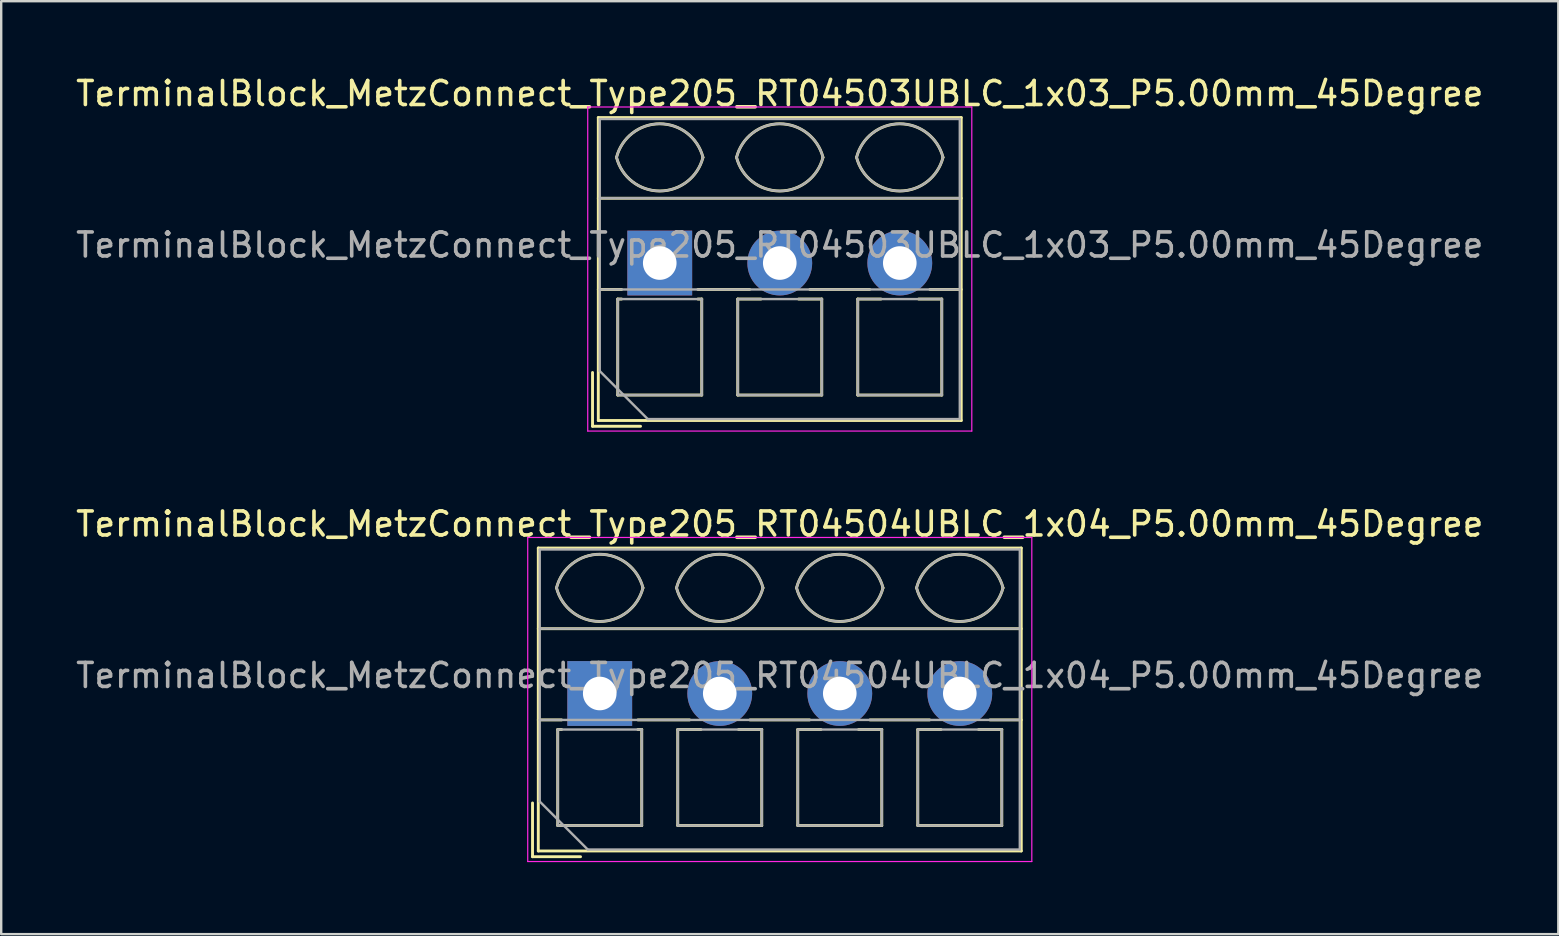
<source format=kicad_pcb>
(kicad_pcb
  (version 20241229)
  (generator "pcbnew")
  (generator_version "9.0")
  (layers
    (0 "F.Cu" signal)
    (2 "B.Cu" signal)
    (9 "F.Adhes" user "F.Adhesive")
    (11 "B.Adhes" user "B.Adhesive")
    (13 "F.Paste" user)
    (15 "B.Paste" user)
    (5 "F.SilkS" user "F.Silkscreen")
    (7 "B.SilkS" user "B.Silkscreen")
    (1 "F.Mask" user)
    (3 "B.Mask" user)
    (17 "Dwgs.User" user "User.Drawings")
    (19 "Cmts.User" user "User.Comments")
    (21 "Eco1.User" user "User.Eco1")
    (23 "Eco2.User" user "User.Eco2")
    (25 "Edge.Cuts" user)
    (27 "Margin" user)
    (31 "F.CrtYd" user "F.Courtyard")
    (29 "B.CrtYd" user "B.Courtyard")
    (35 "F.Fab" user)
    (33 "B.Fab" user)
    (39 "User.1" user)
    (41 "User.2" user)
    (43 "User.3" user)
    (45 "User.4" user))
  (footprint "TerminalBlock_MetzConnect_Type205_RT04504UBLC_1x04_P5.00mm_45Degree"
    (layer "F.Cu")
    (at 21.935 25.841)
    (property "Reference" "TerminalBlock_MetzConnect_Type205_RT04504UBLC_1x04_P5.00mm_45Degree" (at 7.5 -7.06 0) (layer "F.SilkS") (effects (font (size 1 1) (thickness 0.15))))
    (attr through_hole)
    (fp_line (start -2.8 4.56) (end -2.8 6.8) (stroke (width 0.12) (type solid)) (layer "F.SilkS"))
    (fp_line (start -2.8 6.8) (end -0.8 6.8) (stroke (width 0.12) (type solid)) (layer "F.SilkS"))
    (fp_line (start -2.56 -6.06) (end -2.56 6.56) (stroke (width 0.12) (type solid)) (layer "F.SilkS"))
    (fp_line (start -2.56 -6.06) (end 17.561 -6.06) (stroke (width 0.12) (type solid)) (layer "F.SilkS"))
    (fp_line (start -2.56 -2.7) (end 17.561 -2.7) (stroke (width 0.12) (type solid)) (layer "F.SilkS"))
    (fp_line (start -2.56 1.1) (end -1.59 1.1) (stroke (width 0.12) (type solid)) (layer "F.SilkS"))
    (fp_line (start -2.56 6.56) (end 17.561 6.56) (stroke (width 0.12) (type solid)) (layer "F.SilkS"))
    (fp_line (start -1.75 1.5) (end -1.75 5.5) (stroke (width 0.12) (type solid)) (layer "F.SilkS"))
    (fp_line (start -1.75 1.5) (end -1.59 1.5) (stroke (width 0.12) (type solid)) (layer "F.SilkS"))
    (fp_line (start -1.75 5.5) (end 1.75 5.5) (stroke (width 0.12) (type solid)) (layer "F.SilkS"))
    (fp_line (start 1.59 1.1) (end 3.744 1.1) (stroke (width 0.12) (type solid)) (layer "F.SilkS"))
    (fp_line (start 1.59 1.5) (end 1.75 1.5) (stroke (width 0.12) (type solid)) (layer "F.SilkS"))
    (fp_line (start 1.75 1.5) (end 1.75 5.5) (stroke (width 0.12) (type solid)) (layer "F.SilkS"))
    (fp_line (start 3.25 1.5) (end 3.25 5.5) (stroke (width 0.12) (type solid)) (layer "F.SilkS"))
    (fp_line (start 3.25 1.5) (end 4.216 1.5) (stroke (width 0.12) (type solid)) (layer "F.SilkS"))
    (fp_line (start 3.25 5.5) (end 6.75 5.5) (stroke (width 0.12) (type solid)) (layer "F.SilkS"))
    (fp_line (start 5.785 1.5) (end 6.75 1.5) (stroke (width 0.12) (type solid)) (layer "F.SilkS"))
    (fp_line (start 6.257 1.1) (end 8.744 1.1) (stroke (width 0.12) (type solid)) (layer "F.SilkS"))
    (fp_line (start 6.75 1.5) (end 6.75 5.5) (stroke (width 0.12) (type solid)) (layer "F.SilkS"))
    (fp_line (start 8.25 1.5) (end 8.25 5.5) (stroke (width 0.12) (type solid)) (layer "F.SilkS"))
    (fp_line (start 8.25 1.5) (end 9.216 1.5) (stroke (width 0.12) (type solid)) (layer "F.SilkS"))
    (fp_line (start 8.25 5.5) (end 11.75 5.5) (stroke (width 0.12) (type solid)) (layer "F.SilkS"))
    (fp_line (start 10.785 1.5) (end 11.75 1.5) (stroke (width 0.12) (type solid)) (layer "F.SilkS"))
    (fp_line (start 11.257 1.1) (end 13.744 1.1) (stroke (width 0.12) (type solid)) (layer "F.SilkS"))
    (fp_line (start 11.75 1.5) (end 11.75 5.5) (stroke (width 0.12) (type solid)) (layer "F.SilkS"))
    (fp_line (start 13.25 1.5) (end 13.25 5.5) (stroke (width 0.12) (type solid)) (layer "F.SilkS"))
    (fp_line (start 13.25 1.5) (end 14.216 1.5) (stroke (width 0.12) (type solid)) (layer "F.SilkS"))
    (fp_line (start 13.25 5.5) (end 16.75 5.5) (stroke (width 0.12) (type solid)) (layer "F.SilkS"))
    (fp_line (start 15.785 1.5) (end 16.75 1.5) (stroke (width 0.12) (type solid)) (layer "F.SilkS"))
    (fp_line (start 16.257 1.1) (end 17.561 1.1) (stroke (width 0.12) (type solid)) (layer "F.SilkS"))
    (fp_line (start 16.75 1.5) (end 16.75 5.5) (stroke (width 0.12) (type solid)) (layer "F.SilkS"))
    (fp_line (start 17.561 -6.06) (end 17.561 6.56) (stroke (width 0.12) (type solid)) (layer "F.SilkS"))
    (fp_arc (start -1.800846 -4.400605) (mid 0.000312 -5.801077) (end 1.801 -4.4) (stroke (width 0.12) (type solid)) (layer "F.SilkS"))
    (fp_arc (start 1.8 -4.4) (mid -0.000903 -3.000646) (end -1.800445 -4.401751) (stroke (width 0.12) (type solid)) (layer "F.SilkS"))
    (fp_arc (start 3.199154 -4.400605) (mid 5.000312 -5.801077) (end 6.801 -4.4) (stroke (width 0.12) (type solid)) (layer "F.SilkS"))
    (fp_arc (start 6.8 -4.4) (mid 4.999097 -3.000646) (end 3.199555 -4.401751) (stroke (width 0.12) (type solid)) (layer "F.SilkS"))
    (fp_arc (start 8.199154 -4.400605) (mid 10.000312 -5.801077) (end 11.801 -4.4) (stroke (width 0.12) (type solid)) (layer "F.SilkS"))
    (fp_arc (start 11.8 -4.4) (mid 9.999097 -3.000646) (end 8.199555 -4.401751) (stroke (width 0.12) (type solid)) (layer "F.SilkS"))
    (fp_arc (start 13.199154 -4.400605) (mid 15.000312 -5.801077) (end 16.801 -4.4) (stroke (width 0.12) (type solid)) (layer "F.SilkS"))
    (fp_arc (start 16.8 -4.4) (mid 14.999097 -3.000646) (end 13.199555 -4.401751) (stroke (width 0.12) (type solid)) (layer "F.SilkS"))
    (fp_line (start -3 -6.5) (end -3 7) (stroke (width 0.05) (type solid)) (layer "F.CrtYd"))
    (fp_line (start -3 7) (end 18 7) (stroke (width 0.05) (type solid)) (layer "F.CrtYd"))
    (fp_line (start 18 -6.5) (end -3 -6.5) (stroke (width 0.05) (type solid)) (layer "F.CrtYd"))
    (fp_line (start 18 7) (end 18 -6.5) (stroke (width 0.05) (type solid)) (layer "F.CrtYd"))
    (fp_line (start -2.5 -6) (end 17.5 -6) (stroke (width 0.1) (type solid)) (layer "F.Fab"))
    (fp_line (start -2.5 -2.7) (end 17.5 -2.7) (stroke (width 0.1) (type solid)) (layer "F.Fab"))
    (fp_line (start -2.5 1.1) (end 17.5 1.1) (stroke (width 0.1) (type solid)) (layer "F.Fab"))
    (fp_line (start -2.5 4.5) (end -2.5 -6) (stroke (width 0.1) (type solid)) (layer "F.Fab"))
    (fp_line (start -1.75 1.5) (end -1.75 5.5) (stroke (width 0.1) (type solid)) (layer "F.Fab"))
    (fp_line (start -1.75 5.5) (end 1.75 5.5) (stroke (width 0.1) (type solid)) (layer "F.Fab"))
    (fp_line (start -0.5 6.5) (end -2.5 4.5) (stroke (width 0.1) (type solid)) (layer "F.Fab"))
    (fp_line (start 1.75 1.5) (end -1.75 1.5) (stroke (width 0.1) (type solid)) (layer "F.Fab"))
    (fp_line (start 1.75 5.5) (end 1.75 1.5) (stroke (width 0.1) (type solid)) (layer "F.Fab"))
    (fp_line (start 3.25 1.5) (end 3.25 5.5) (stroke (width 0.1) (type solid)) (layer "F.Fab"))
    (fp_line (start 3.25 5.5) (end 6.75 5.5) (stroke (width 0.1) (type solid)) (layer "F.Fab"))
    (fp_line (start 6.75 1.5) (end 3.25 1.5) (stroke (width 0.1) (type solid)) (layer "F.Fab"))
    (fp_line (start 6.75 5.5) (end 6.75 1.5) (stroke (width 0.1) (type solid)) (layer "F.Fab"))
    (fp_line (start 8.25 1.5) (end 8.25 5.5) (stroke (width 0.1) (type solid)) (layer "F.Fab"))
    (fp_line (start 8.25 5.5) (end 11.75 5.5) (stroke (width 0.1) (type solid)) (layer "F.Fab"))
    (fp_line (start 11.75 1.5) (end 8.25 1.5) (stroke (width 0.1) (type solid)) (layer "F.Fab"))
    (fp_line (start 11.75 5.5) (end 11.75 1.5) (stroke (width 0.1) (type solid)) (layer "F.Fab"))
    (fp_line (start 13.25 1.5) (end 13.25 5.5) (stroke (width 0.1) (type solid)) (layer "F.Fab"))
    (fp_line (start 13.25 5.5) (end 16.75 5.5) (stroke (width 0.1) (type solid)) (layer "F.Fab"))
    (fp_line (start 16.75 1.5) (end 13.25 1.5) (stroke (width 0.1) (type solid)) (layer "F.Fab"))
    (fp_line (start 16.75 5.5) (end 16.75 1.5) (stroke (width 0.1) (type solid)) (layer "F.Fab"))
    (fp_line (start 17.5 -6) (end 17.5 6.5) (stroke (width 0.1) (type solid)) (layer "F.Fab"))
    (fp_line (start 17.5 6.5) (end -0.5 6.5) (stroke (width 0.1) (type solid)) (layer "F.Fab"))
    (fp_arc (start -1.800846 -4.400605) (mid 0.000312 -5.801077) (end 1.801 -4.4) (stroke (width 0.1) (type solid)) (layer "F.Fab"))
    (fp_arc (start 1.8 -4.4) (mid -0.000903 -3.000646) (end -1.800445 -4.401751) (stroke (width 0.1) (type solid)) (layer "F.Fab"))
    (fp_arc (start 3.199154 -4.400605) (mid 5.000312 -5.801077) (end 6.801 -4.4) (stroke (width 0.1) (type solid)) (layer "F.Fab"))
    (fp_arc (start 6.8 -4.4) (mid 4.999097 -3.000646) (end 3.199555 -4.401751) (stroke (width 0.1) (type solid)) (layer "F.Fab"))
    (fp_arc (start 8.199154 -4.400605) (mid 10.000312 -5.801077) (end 11.801 -4.4) (stroke (width 0.1) (type solid)) (layer "F.Fab"))
    (fp_arc (start 11.8 -4.4) (mid 9.999097 -3.000646) (end 8.199555 -4.401751) (stroke (width 0.1) (type solid)) (layer "F.Fab"))
    (fp_arc (start 13.199154 -4.400605) (mid 15.000312 -5.801077) (end 16.801 -4.4) (stroke (width 0.1) (type solid)) (layer "F.Fab"))
    (fp_arc (start 16.8 -4.4) (mid 14.999097 -3.000646) (end 13.199555 -4.401751) (stroke (width 0.1) (type solid)) (layer "F.Fab"))
    (fp_text user "${REFERENCE}" (at 7.5 -0.75 0) (layer "F.Fab") (effects (font (size 1 1) (thickness 0.15))))
    (pad "1" thru_hole rect (at 0 0) (size 2.7 2.7) (drill 1.4) (layers "*.Cu" "*.Mask"))
    (pad "2" thru_hole circle (at 5 0) (size 2.7 2.7) (drill 1.4) (layers "*.Cu" "*.Mask"))
    (pad "3" thru_hole circle (at 10 0) (size 2.7 2.7) (drill 1.4) (layers "*.Cu" "*.Mask"))
    (pad "4" thru_hole circle (at 15 0) (size 2.7 2.7) (drill 1.4) (layers "*.Cu" "*.Mask")))
  (footprint "TerminalBlock_MetzConnect_Type205_RT04503UBLC_1x03_P5.00mm_45Degree"
    (layer "F.Cu")
    (at 24.435 7.908)
    (property "Reference" "TerminalBlock_MetzConnect_Type205_RT04503UBLC_1x03_P5.00mm_45Degree" (at 5 -7.06 0) (layer "F.SilkS") (effects (font (size 1 1) (thickness 0.15))))
    (attr through_hole)
    (fp_line (start -2.8 4.56) (end -2.8 6.8) (stroke (width 0.12) (type solid)) (layer "F.SilkS"))
    (fp_line (start -2.8 6.8) (end -0.8 6.8) (stroke (width 0.12) (type solid)) (layer "F.SilkS"))
    (fp_line (start -2.56 -6.06) (end -2.56 6.56) (stroke (width 0.12) (type solid)) (layer "F.SilkS"))
    (fp_line (start -2.56 -6.06) (end 12.56 -6.06) (stroke (width 0.12) (type solid)) (layer "F.SilkS"))
    (fp_line (start -2.56 -2.7) (end 12.56 -2.7) (stroke (width 0.12) (type solid)) (layer "F.SilkS"))
    (fp_line (start -2.56 1.1) (end -1.59 1.1) (stroke (width 0.12) (type solid)) (layer "F.SilkS"))
    (fp_line (start -2.56 6.56) (end 12.56 6.56) (stroke (width 0.12) (type solid)) (layer "F.SilkS"))
    (fp_line (start -1.75 1.5) (end -1.75 5.5) (stroke (width 0.12) (type solid)) (layer "F.SilkS"))
    (fp_line (start -1.75 1.5) (end -1.59 1.5) (stroke (width 0.12) (type solid)) (layer "F.SilkS"))
    (fp_line (start -1.75 5.5) (end 1.75 5.5) (stroke (width 0.12) (type solid)) (layer "F.SilkS"))
    (fp_line (start 1.59 1.1) (end 3.744 1.1) (stroke (width 0.12) (type solid)) (layer "F.SilkS"))
    (fp_line (start 1.59 1.5) (end 1.75 1.5) (stroke (width 0.12) (type solid)) (layer "F.SilkS"))
    (fp_line (start 1.75 1.5) (end 1.75 5.5) (stroke (width 0.12) (type solid)) (layer "F.SilkS"))
    (fp_line (start 3.25 1.5) (end 3.25 5.5) (stroke (width 0.12) (type solid)) (layer "F.SilkS"))
    (fp_line (start 3.25 1.5) (end 4.216 1.5) (stroke (width 0.12) (type solid)) (layer "F.SilkS"))
    (fp_line (start 3.25 5.5) (end 6.75 5.5) (stroke (width 0.12) (type solid)) (layer "F.SilkS"))
    (fp_line (start 5.785 1.5) (end 6.75 1.5) (stroke (width 0.12) (type solid)) (layer "F.SilkS"))
    (fp_line (start 6.257 1.1) (end 8.744 1.1) (stroke (width 0.12) (type solid)) (layer "F.SilkS"))
    (fp_line (start 6.75 1.5) (end 6.75 5.5) (stroke (width 0.12) (type solid)) (layer "F.SilkS"))
    (fp_line (start 8.25 1.5) (end 8.25 5.5) (stroke (width 0.12) (type solid)) (layer "F.SilkS"))
    (fp_line (start 8.25 1.5) (end 9.216 1.5) (stroke (width 0.12) (type solid)) (layer "F.SilkS"))
    (fp_line (start 8.25 5.5) (end 11.75 5.5) (stroke (width 0.12) (type solid)) (layer "F.SilkS"))
    (fp_line (start 10.785 1.5) (end 11.75 1.5) (stroke (width 0.12) (type solid)) (layer "F.SilkS"))
    (fp_line (start 11.257 1.1) (end 12.56 1.1) (stroke (width 0.12) (type solid)) (layer "F.SilkS"))
    (fp_line (start 11.75 1.5) (end 11.75 5.5) (stroke (width 0.12) (type solid)) (layer "F.SilkS"))
    (fp_line (start 12.56 -6.06) (end 12.56 6.56) (stroke (width 0.12) (type solid)) (layer "F.SilkS"))
    (fp_arc (start -1.800846 -4.400605) (mid 0.000312 -5.801077) (end 1.801 -4.4) (stroke (width 0.12) (type solid)) (layer "F.SilkS"))
    (fp_arc (start 1.8 -4.4) (mid -0.000903 -3.000646) (end -1.800445 -4.401751) (stroke (width 0.12) (type solid)) (layer "F.SilkS"))
    (fp_arc (start 3.199154 -4.400605) (mid 5.000312 -5.801077) (end 6.801 -4.4) (stroke (width 0.12) (type solid)) (layer "F.SilkS"))
    (fp_arc (start 6.8 -4.4) (mid 4.999097 -3.000646) (end 3.199555 -4.401751) (stroke (width 0.12) (type solid)) (layer "F.SilkS"))
    (fp_arc (start 8.199154 -4.400605) (mid 10.000312 -5.801077) (end 11.801 -4.4) (stroke (width 0.12) (type solid)) (layer "F.SilkS"))
    (fp_arc (start 11.8 -4.4) (mid 9.999097 -3.000646) (end 8.199555 -4.401751) (stroke (width 0.12) (type solid)) (layer "F.SilkS"))
    (fp_line (start -3 -6.5) (end -3 7) (stroke (width 0.05) (type solid)) (layer "F.CrtYd"))
    (fp_line (start -3 7) (end 13 7) (stroke (width 0.05) (type solid)) (layer "F.CrtYd"))
    (fp_line (start 13 -6.5) (end -3 -6.5) (stroke (width 0.05) (type solid)) (layer "F.CrtYd"))
    (fp_line (start 13 7) (end 13 -6.5) (stroke (width 0.05) (type solid)) (layer "F.CrtYd"))
    (fp_line (start -2.5 -6) (end 12.5 -6) (stroke (width 0.1) (type solid)) (layer "F.Fab"))
    (fp_line (start -2.5 -2.7) (end 12.5 -2.7) (stroke (width 0.1) (type solid)) (layer "F.Fab"))
    (fp_line (start -2.5 1.1) (end 12.5 1.1) (stroke (width 0.1) (type solid)) (layer "F.Fab"))
    (fp_line (start -2.5 4.5) (end -2.5 -6) (stroke (width 0.1) (type solid)) (layer "F.Fab"))
    (fp_line (start -1.75 1.5) (end -1.75 5.5) (stroke (width 0.1) (type solid)) (layer "F.Fab"))
    (fp_line (start -1.75 5.5) (end 1.75 5.5) (stroke (width 0.1) (type solid)) (layer "F.Fab"))
    (fp_line (start -0.5 6.5) (end -2.5 4.5) (stroke (width 0.1) (type solid)) (layer "F.Fab"))
    (fp_line (start 1.75 1.5) (end -1.75 1.5) (stroke (width 0.1) (type solid)) (layer "F.Fab"))
    (fp_line (start 1.75 5.5) (end 1.75 1.5) (stroke (width 0.1) (type solid)) (layer "F.Fab"))
    (fp_line (start 3.25 1.5) (end 3.25 5.5) (stroke (width 0.1) (type solid)) (layer "F.Fab"))
    (fp_line (start 3.25 5.5) (end 6.75 5.5) (stroke (width 0.1) (type solid)) (layer "F.Fab"))
    (fp_line (start 6.75 1.5) (end 3.25 1.5) (stroke (width 0.1) (type solid)) (layer "F.Fab"))
    (fp_line (start 6.75 5.5) (end 6.75 1.5) (stroke (width 0.1) (type solid)) (layer "F.Fab"))
    (fp_line (start 8.25 1.5) (end 8.25 5.5) (stroke (width 0.1) (type solid)) (layer "F.Fab"))
    (fp_line (start 8.25 5.5) (end 11.75 5.5) (stroke (width 0.1) (type solid)) (layer "F.Fab"))
    (fp_line (start 11.75 1.5) (end 8.25 1.5) (stroke (width 0.1) (type solid)) (layer "F.Fab"))
    (fp_line (start 11.75 5.5) (end 11.75 1.5) (stroke (width 0.1) (type solid)) (layer "F.Fab"))
    (fp_line (start 12.5 -6) (end 12.5 6.5) (stroke (width 0.1) (type solid)) (layer "F.Fab"))
    (fp_line (start 12.5 6.5) (end -0.5 6.5) (stroke (width 0.1) (type solid)) (layer "F.Fab"))
    (fp_arc (start -1.800846 -4.400605) (mid 0.000312 -5.801077) (end 1.801 -4.4) (stroke (width 0.1) (type solid)) (layer "F.Fab"))
    (fp_arc (start 1.8 -4.4) (mid -0.000903 -3.000646) (end -1.800445 -4.401751) (stroke (width 0.1) (type solid)) (layer "F.Fab"))
    (fp_arc (start 3.199154 -4.400605) (mid 5.000312 -5.801077) (end 6.801 -4.4) (stroke (width 0.1) (type solid)) (layer "F.Fab"))
    (fp_arc (start 6.8 -4.4) (mid 4.999097 -3.000646) (end 3.199555 -4.401751) (stroke (width 0.1) (type solid)) (layer "F.Fab"))
    (fp_arc (start 8.199154 -4.400605) (mid 10.000312 -5.801077) (end 11.801 -4.4) (stroke (width 0.1) (type solid)) (layer "F.Fab"))
    (fp_arc (start 11.8 -4.4) (mid 9.999097 -3.000646) (end 8.199555 -4.401751) (stroke (width 0.1) (type solid)) (layer "F.Fab"))
    (fp_text user "${REFERENCE}" (at 5 -0.75 0) (layer "F.Fab") (effects (font (size 1 1) (thickness 0.15))))
    (pad "1" thru_hole rect (at 0 0) (size 2.7 2.7) (drill 1.4) (layers "*.Cu" "*.Mask"))
    (pad "2" thru_hole circle (at 5 0) (size 2.7 2.7) (drill 1.4) (layers "*.Cu" "*.Mask"))
    (pad "3" thru_hole circle (at 10 0) (size 2.7 2.7) (drill 1.4) (layers "*.Cu" "*.Mask")))
  (gr_rect
    (start -3 -3)
    (end 61.869 35.867)
    (stroke (width 0.1) (type default))
    (fill no)
    (layer "Edge.Cuts")))
</source>
